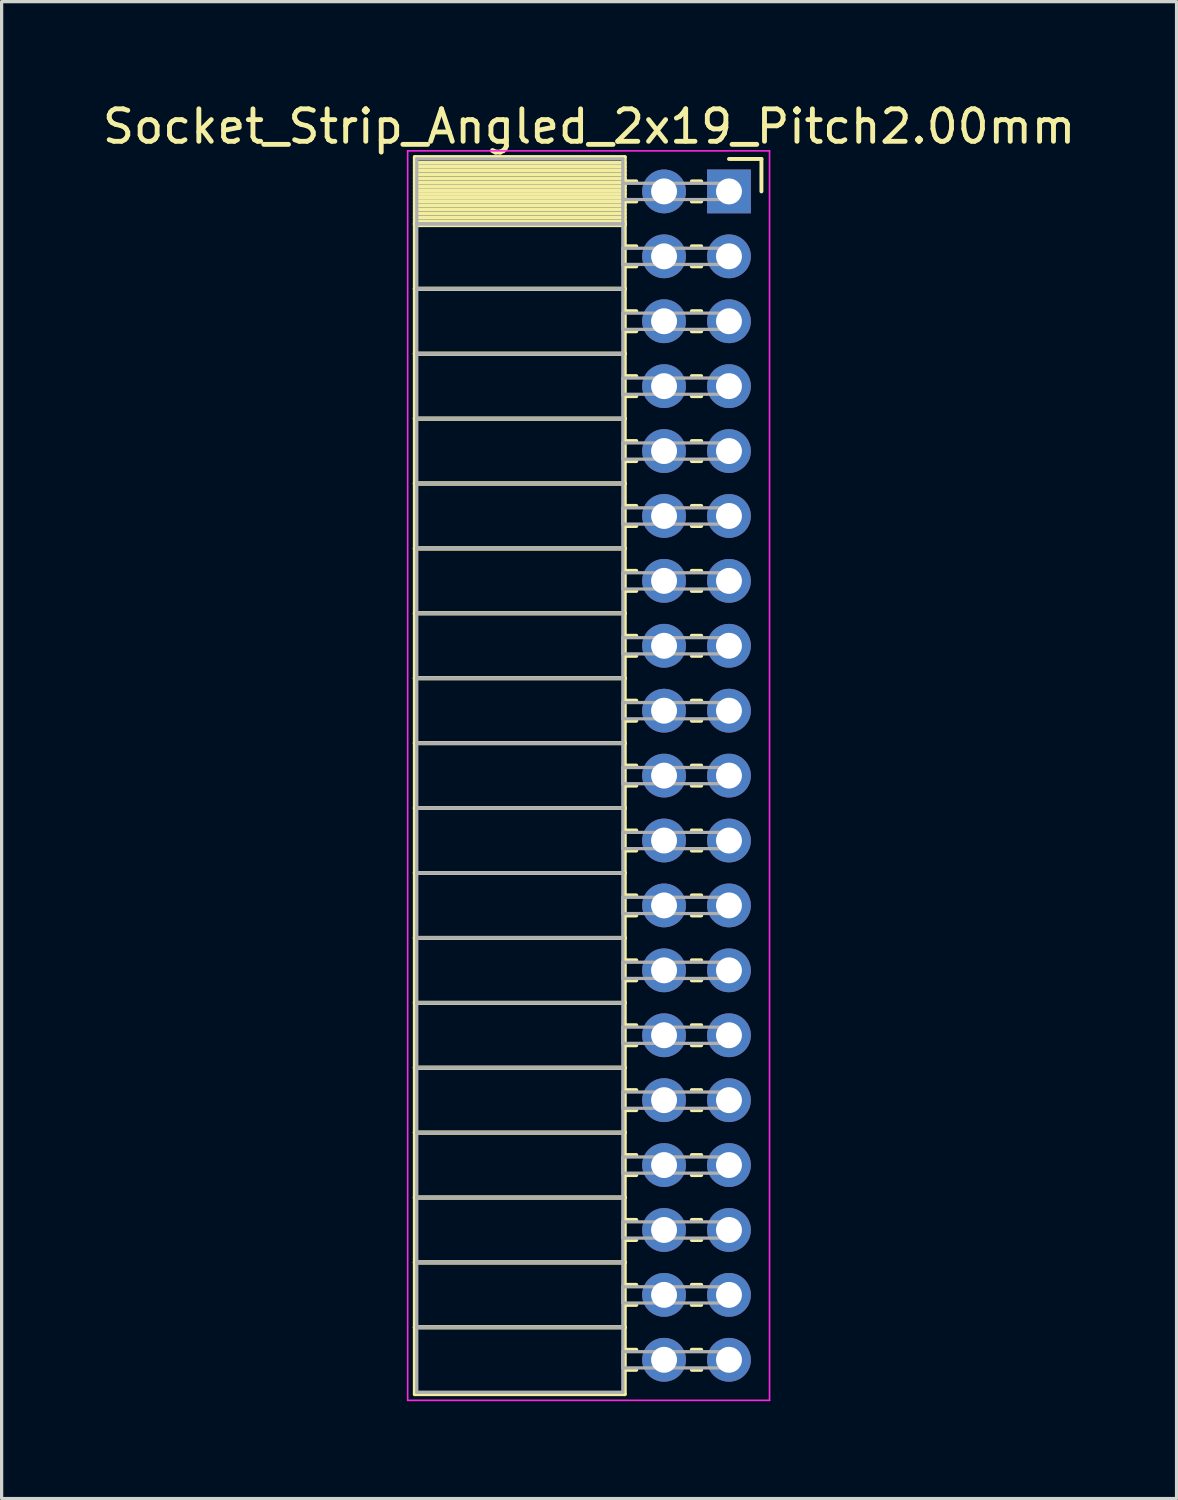
<source format=kicad_pcb>
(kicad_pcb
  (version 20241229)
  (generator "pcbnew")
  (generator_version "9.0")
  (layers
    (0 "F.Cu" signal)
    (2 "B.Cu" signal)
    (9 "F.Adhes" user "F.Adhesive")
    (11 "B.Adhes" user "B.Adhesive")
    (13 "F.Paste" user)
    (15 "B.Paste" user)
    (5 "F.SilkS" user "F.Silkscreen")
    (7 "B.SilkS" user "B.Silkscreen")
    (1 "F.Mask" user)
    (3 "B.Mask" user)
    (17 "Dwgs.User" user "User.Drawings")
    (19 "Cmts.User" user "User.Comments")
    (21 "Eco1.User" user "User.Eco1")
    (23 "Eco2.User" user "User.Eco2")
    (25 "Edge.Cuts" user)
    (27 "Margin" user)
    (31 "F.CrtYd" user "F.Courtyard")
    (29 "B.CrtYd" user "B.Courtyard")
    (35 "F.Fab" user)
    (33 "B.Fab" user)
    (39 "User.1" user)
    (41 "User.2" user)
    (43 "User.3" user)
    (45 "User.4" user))
  (footprint "Socket_Strip_Angled_2x19_Pitch2.00mm"
    (layer "F.Cu")
    (at 19.411 2.848)
    (property "Reference" "Socket_Strip_Angled_2x19_Pitch2.00mm" (at -4.31 -2 0) (layer "F.SilkS") (effects (font (size 1 1) (thickness 0.15))))
    (attr through_hole)
    (fp_line (start -9.68 -1.06) (end -3.21 -1.06) (stroke (width 0.12) (type solid)) (layer "F.SilkS"))
    (fp_line (start -9.68 1) (end -9.68 -1.06) (stroke (width 0.12) (type solid)) (layer "F.SilkS"))
    (fp_line (start -9.68 1) (end -3.21 1) (stroke (width 0.12) (type solid)) (layer "F.SilkS"))
    (fp_line (start -9.68 3) (end -9.68 1) (stroke (width 0.12) (type solid)) (layer "F.SilkS"))
    (fp_line (start -9.68 3) (end -3.21 3) (stroke (width 0.12) (type solid)) (layer "F.SilkS"))
    (fp_line (start -9.68 5) (end -9.68 3) (stroke (width 0.12) (type solid)) (layer "F.SilkS"))
    (fp_line (start -9.68 5) (end -3.21 5) (stroke (width 0.12) (type solid)) (layer "F.SilkS"))
    (fp_line (start -9.68 7) (end -9.68 5) (stroke (width 0.12) (type solid)) (layer "F.SilkS"))
    (fp_line (start -9.68 7) (end -3.21 7) (stroke (width 0.12) (type solid)) (layer "F.SilkS"))
    (fp_line (start -9.68 9) (end -9.68 7) (stroke (width 0.12) (type solid)) (layer "F.SilkS"))
    (fp_line (start -9.68 9) (end -3.21 9) (stroke (width 0.12) (type solid)) (layer "F.SilkS"))
    (fp_line (start -9.68 11) (end -9.68 9) (stroke (width 0.12) (type solid)) (layer "F.SilkS"))
    (fp_line (start -9.68 11) (end -3.21 11) (stroke (width 0.12) (type solid)) (layer "F.SilkS"))
    (fp_line (start -9.68 13) (end -9.68 11) (stroke (width 0.12) (type solid)) (layer "F.SilkS"))
    (fp_line (start -9.68 13) (end -3.21 13) (stroke (width 0.12) (type solid)) (layer "F.SilkS"))
    (fp_line (start -9.68 15) (end -9.68 13) (stroke (width 0.12) (type solid)) (layer "F.SilkS"))
    (fp_line (start -9.68 15) (end -3.21 15) (stroke (width 0.12) (type solid)) (layer "F.SilkS"))
    (fp_line (start -9.68 17) (end -9.68 15) (stroke (width 0.12) (type solid)) (layer "F.SilkS"))
    (fp_line (start -9.68 17) (end -3.21 17) (stroke (width 0.12) (type solid)) (layer "F.SilkS"))
    (fp_line (start -9.68 19) (end -9.68 17) (stroke (width 0.12) (type solid)) (layer "F.SilkS"))
    (fp_line (start -9.68 19) (end -3.21 19) (stroke (width 0.12) (type solid)) (layer "F.SilkS"))
    (fp_line (start -9.68 21) (end -9.68 19) (stroke (width 0.12) (type solid)) (layer "F.SilkS"))
    (fp_line (start -9.68 21) (end -3.21 21) (stroke (width 0.12) (type solid)) (layer "F.SilkS"))
    (fp_line (start -9.68 23) (end -9.68 21) (stroke (width 0.12) (type solid)) (layer "F.SilkS"))
    (fp_line (start -9.68 23) (end -3.21 23) (stroke (width 0.12) (type solid)) (layer "F.SilkS"))
    (fp_line (start -9.68 25) (end -9.68 23) (stroke (width 0.12) (type solid)) (layer "F.SilkS"))
    (fp_line (start -9.68 25) (end -3.21 25) (stroke (width 0.12) (type solid)) (layer "F.SilkS"))
    (fp_line (start -9.68 27) (end -9.68 25) (stroke (width 0.12) (type solid)) (layer "F.SilkS"))
    (fp_line (start -9.68 27) (end -3.21 27) (stroke (width 0.12) (type solid)) (layer "F.SilkS"))
    (fp_line (start -9.68 29) (end -9.68 27) (stroke (width 0.12) (type solid)) (layer "F.SilkS"))
    (fp_line (start -9.68 29) (end -3.21 29) (stroke (width 0.12) (type solid)) (layer "F.SilkS"))
    (fp_line (start -9.68 31) (end -9.68 29) (stroke (width 0.12) (type solid)) (layer "F.SilkS"))
    (fp_line (start -9.68 31) (end -3.21 31) (stroke (width 0.12) (type solid)) (layer "F.SilkS"))
    (fp_line (start -9.68 33) (end -9.68 31) (stroke (width 0.12) (type solid)) (layer "F.SilkS"))
    (fp_line (start -9.68 33) (end -3.21 33) (stroke (width 0.12) (type solid)) (layer "F.SilkS"))
    (fp_line (start -9.68 35) (end -9.68 33) (stroke (width 0.12) (type solid)) (layer "F.SilkS"))
    (fp_line (start -9.68 35) (end -3.21 35) (stroke (width 0.12) (type solid)) (layer "F.SilkS"))
    (fp_line (start -9.68 37.06) (end -9.68 35) (stroke (width 0.12) (type solid)) (layer "F.SilkS"))
    (fp_line (start -3.21 -1.06) (end -3.21 1) (stroke (width 0.12) (type solid)) (layer "F.SilkS"))
    (fp_line (start -3.21 -0.88) (end -9.68 -0.88) (stroke (width 0.12) (type solid)) (layer "F.SilkS"))
    (fp_line (start -3.21 -0.76) (end -9.68 -0.76) (stroke (width 0.12) (type solid)) (layer "F.SilkS"))
    (fp_line (start -3.21 -0.64) (end -9.68 -0.64) (stroke (width 0.12) (type solid)) (layer "F.SilkS"))
    (fp_line (start -3.21 -0.52) (end -9.68 -0.52) (stroke (width 0.12) (type solid)) (layer "F.SilkS"))
    (fp_line (start -3.21 -0.4) (end -9.68 -0.4) (stroke (width 0.12) (type solid)) (layer "F.SilkS"))
    (fp_line (start -3.21 -0.28) (end -9.68 -0.28) (stroke (width 0.12) (type solid)) (layer "F.SilkS"))
    (fp_line (start -3.21 -0.16) (end -9.68 -0.16) (stroke (width 0.12) (type solid)) (layer "F.SilkS"))
    (fp_line (start -3.21 -0.04) (end -9.68 -0.04) (stroke (width 0.12) (type solid)) (layer "F.SilkS"))
    (fp_line (start -3.21 0.08) (end -9.68 0.08) (stroke (width 0.12) (type solid)) (layer "F.SilkS"))
    (fp_line (start -3.21 0.2) (end -9.68 0.2) (stroke (width 0.12) (type solid)) (layer "F.SilkS"))
    (fp_line (start -3.21 0.32) (end -9.68 0.32) (stroke (width 0.12) (type solid)) (layer "F.SilkS"))
    (fp_line (start -3.21 0.44) (end -9.68 0.44) (stroke (width 0.12) (type solid)) (layer "F.SilkS"))
    (fp_line (start -3.21 0.56) (end -9.68 0.56) (stroke (width 0.12) (type solid)) (layer "F.SilkS"))
    (fp_line (start -3.21 0.68) (end -9.68 0.68) (stroke (width 0.12) (type solid)) (layer "F.SilkS"))
    (fp_line (start -3.21 0.8) (end -9.68 0.8) (stroke (width 0.12) (type solid)) (layer "F.SilkS"))
    (fp_line (start -3.21 0.92) (end -9.68 0.92) (stroke (width 0.12) (type solid)) (layer "F.SilkS"))
    (fp_line (start -3.21 1) (end -9.68 1) (stroke (width 0.12) (type solid)) (layer "F.SilkS"))
    (fp_line (start -3.21 1) (end -3.21 3) (stroke (width 0.12) (type solid)) (layer "F.SilkS"))
    (fp_line (start -3.21 1.04) (end -9.68 1.04) (stroke (width 0.12) (type solid)) (layer "F.SilkS"))
    (fp_line (start -3.21 3) (end -9.68 3) (stroke (width 0.12) (type solid)) (layer "F.SilkS"))
    (fp_line (start -3.21 3) (end -3.21 5) (stroke (width 0.12) (type solid)) (layer "F.SilkS"))
    (fp_line (start -3.21 5) (end -9.68 5) (stroke (width 0.12) (type solid)) (layer "F.SilkS"))
    (fp_line (start -3.21 5) (end -3.21 7) (stroke (width 0.12) (type solid)) (layer "F.SilkS"))
    (fp_line (start -3.21 7) (end -9.68 7) (stroke (width 0.12) (type solid)) (layer "F.SilkS"))
    (fp_line (start -3.21 7) (end -3.21 9) (stroke (width 0.12) (type solid)) (layer "F.SilkS"))
    (fp_line (start -3.21 9) (end -9.68 9) (stroke (width 0.12) (type solid)) (layer "F.SilkS"))
    (fp_line (start -3.21 9) (end -3.21 11) (stroke (width 0.12) (type solid)) (layer "F.SilkS"))
    (fp_line (start -3.21 11) (end -9.68 11) (stroke (width 0.12) (type solid)) (layer "F.SilkS"))
    (fp_line (start -3.21 11) (end -3.21 13) (stroke (width 0.12) (type solid)) (layer "F.SilkS"))
    (fp_line (start -3.21 13) (end -9.68 13) (stroke (width 0.12) (type solid)) (layer "F.SilkS"))
    (fp_line (start -3.21 13) (end -3.21 15) (stroke (width 0.12) (type solid)) (layer "F.SilkS"))
    (fp_line (start -3.21 15) (end -9.68 15) (stroke (width 0.12) (type solid)) (layer "F.SilkS"))
    (fp_line (start -3.21 15) (end -3.21 17) (stroke (width 0.12) (type solid)) (layer "F.SilkS"))
    (fp_line (start -3.21 17) (end -9.68 17) (stroke (width 0.12) (type solid)) (layer "F.SilkS"))
    (fp_line (start -3.21 17) (end -3.21 19) (stroke (width 0.12) (type solid)) (layer "F.SilkS"))
    (fp_line (start -3.21 19) (end -9.68 19) (stroke (width 0.12) (type solid)) (layer "F.SilkS"))
    (fp_line (start -3.21 19) (end -3.21 21) (stroke (width 0.12) (type solid)) (layer "F.SilkS"))
    (fp_line (start -3.21 21) (end -9.68 21) (stroke (width 0.12) (type solid)) (layer "F.SilkS"))
    (fp_line (start -3.21 21) (end -3.21 23) (stroke (width 0.12) (type solid)) (layer "F.SilkS"))
    (fp_line (start -3.21 23) (end -9.68 23) (stroke (width 0.12) (type solid)) (layer "F.SilkS"))
    (fp_line (start -3.21 23) (end -3.21 25) (stroke (width 0.12) (type solid)) (layer "F.SilkS"))
    (fp_line (start -3.21 25) (end -9.68 25) (stroke (width 0.12) (type solid)) (layer "F.SilkS"))
    (fp_line (start -3.21 25) (end -3.21 27) (stroke (width 0.12) (type solid)) (layer "F.SilkS"))
    (fp_line (start -3.21 27) (end -9.68 27) (stroke (width 0.12) (type solid)) (layer "F.SilkS"))
    (fp_line (start -3.21 27) (end -3.21 29) (stroke (width 0.12) (type solid)) (layer "F.SilkS"))
    (fp_line (start -3.21 29) (end -9.68 29) (stroke (width 0.12) (type solid)) (layer "F.SilkS"))
    (fp_line (start -3.21 29) (end -3.21 31) (stroke (width 0.12) (type solid)) (layer "F.SilkS"))
    (fp_line (start -3.21 31) (end -9.68 31) (stroke (width 0.12) (type solid)) (layer "F.SilkS"))
    (fp_line (start -3.21 31) (end -3.21 33) (stroke (width 0.12) (type solid)) (layer "F.SilkS"))
    (fp_line (start -3.21 33) (end -9.68 33) (stroke (width 0.12) (type solid)) (layer "F.SilkS"))
    (fp_line (start -3.21 33) (end -3.21 35) (stroke (width 0.12) (type solid)) (layer "F.SilkS"))
    (fp_line (start -3.21 35) (end -9.68 35) (stroke (width 0.12) (type solid)) (layer "F.SilkS"))
    (fp_line (start -3.21 35) (end -3.21 37.06) (stroke (width 0.12) (type solid)) (layer "F.SilkS"))
    (fp_line (start -3.21 37.06) (end -9.68 37.06) (stroke (width 0.12) (type solid)) (layer "F.SilkS"))
    (fp_line (start -2.855 -0.31) (end -3.21 -0.31) (stroke (width 0.12) (type solid)) (layer "F.SilkS"))
    (fp_line (start -2.855 0.31) (end -3.21 0.31) (stroke (width 0.12) (type solid)) (layer "F.SilkS"))
    (fp_line (start -2.855 1.69) (end -3.21 1.69) (stroke (width 0.12) (type solid)) (layer "F.SilkS"))
    (fp_line (start -2.855 2.31) (end -3.21 2.31) (stroke (width 0.12) (type solid)) (layer "F.SilkS"))
    (fp_line (start -2.855 3.69) (end -3.21 3.69) (stroke (width 0.12) (type solid)) (layer "F.SilkS"))
    (fp_line (start -2.855 4.31) (end -3.21 4.31) (stroke (width 0.12) (type solid)) (layer "F.SilkS"))
    (fp_line (start -2.855 5.69) (end -3.21 5.69) (stroke (width 0.12) (type solid)) (layer "F.SilkS"))
    (fp_line (start -2.855 6.31) (end -3.21 6.31) (stroke (width 0.12) (type solid)) (layer "F.SilkS"))
    (fp_line (start -2.855 7.69) (end -3.21 7.69) (stroke (width 0.12) (type solid)) (layer "F.SilkS"))
    (fp_line (start -2.855 8.31) (end -3.21 8.31) (stroke (width 0.12) (type solid)) (layer "F.SilkS"))
    (fp_line (start -2.855 9.69) (end -3.21 9.69) (stroke (width 0.12) (type solid)) (layer "F.SilkS"))
    (fp_line (start -2.855 10.31) (end -3.21 10.31) (stroke (width 0.12) (type solid)) (layer "F.SilkS"))
    (fp_line (start -2.855 11.69) (end -3.21 11.69) (stroke (width 0.12) (type solid)) (layer "F.SilkS"))
    (fp_line (start -2.855 12.31) (end -3.21 12.31) (stroke (width 0.12) (type solid)) (layer "F.SilkS"))
    (fp_line (start -2.855 13.69) (end -3.21 13.69) (stroke (width 0.12) (type solid)) (layer "F.SilkS"))
    (fp_line (start -2.855 14.31) (end -3.21 14.31) (stroke (width 0.12) (type solid)) (layer "F.SilkS"))
    (fp_line (start -2.855 15.69) (end -3.21 15.69) (stroke (width 0.12) (type solid)) (layer "F.SilkS"))
    (fp_line (start -2.855 16.31) (end -3.21 16.31) (stroke (width 0.12) (type solid)) (layer "F.SilkS"))
    (fp_line (start -2.855 17.69) (end -3.21 17.69) (stroke (width 0.12) (type solid)) (layer "F.SilkS"))
    (fp_line (start -2.855 18.31) (end -3.21 18.31) (stroke (width 0.12) (type solid)) (layer "F.SilkS"))
    (fp_line (start -2.855 19.69) (end -3.21 19.69) (stroke (width 0.12) (type solid)) (layer "F.SilkS"))
    (fp_line (start -2.855 20.31) (end -3.21 20.31) (stroke (width 0.12) (type solid)) (layer "F.SilkS"))
    (fp_line (start -2.855 21.69) (end -3.21 21.69) (stroke (width 0.12) (type solid)) (layer "F.SilkS"))
    (fp_line (start -2.855 22.31) (end -3.21 22.31) (stroke (width 0.12) (type solid)) (layer "F.SilkS"))
    (fp_line (start -2.855 23.69) (end -3.21 23.69) (stroke (width 0.12) (type solid)) (layer "F.SilkS"))
    (fp_line (start -2.855 24.31) (end -3.21 24.31) (stroke (width 0.12) (type solid)) (layer "F.SilkS"))
    (fp_line (start -2.855 25.69) (end -3.21 25.69) (stroke (width 0.12) (type solid)) (layer "F.SilkS"))
    (fp_line (start -2.855 26.31) (end -3.21 26.31) (stroke (width 0.12) (type solid)) (layer "F.SilkS"))
    (fp_line (start -2.855 27.69) (end -3.21 27.69) (stroke (width 0.12) (type solid)) (layer "F.SilkS"))
    (fp_line (start -2.855 28.31) (end -3.21 28.31) (stroke (width 0.12) (type solid)) (layer "F.SilkS"))
    (fp_line (start -2.855 29.69) (end -3.21 29.69) (stroke (width 0.12) (type solid)) (layer "F.SilkS"))
    (fp_line (start -2.855 30.31) (end -3.21 30.31) (stroke (width 0.12) (type solid)) (layer "F.SilkS"))
    (fp_line (start -2.855 31.69) (end -3.21 31.69) (stroke (width 0.12) (type solid)) (layer "F.SilkS"))
    (fp_line (start -2.855 32.31) (end -3.21 32.31) (stroke (width 0.12) (type solid)) (layer "F.SilkS"))
    (fp_line (start -2.855 33.69) (end -3.21 33.69) (stroke (width 0.12) (type solid)) (layer "F.SilkS"))
    (fp_line (start -2.855 34.31) (end -3.21 34.31) (stroke (width 0.12) (type solid)) (layer "F.SilkS"))
    (fp_line (start -2.855 35.69) (end -3.21 35.69) (stroke (width 0.12) (type solid)) (layer "F.SilkS"))
    (fp_line (start -2.855 36.31) (end -3.21 36.31) (stroke (width 0.12) (type solid)) (layer "F.SilkS"))
    (fp_line (start -0.855 -0.31) (end -1.145 -0.31) (stroke (width 0.12) (type solid)) (layer "F.SilkS"))
    (fp_line (start -0.855 0.31) (end -1.145 0.31) (stroke (width 0.12) (type solid)) (layer "F.SilkS"))
    (fp_line (start -0.855 1.69) (end -1.145 1.69) (stroke (width 0.12) (type solid)) (layer "F.SilkS"))
    (fp_line (start -0.855 2.31) (end -1.145 2.31) (stroke (width 0.12) (type solid)) (layer "F.SilkS"))
    (fp_line (start -0.855 3.69) (end -1.145 3.69) (stroke (width 0.12) (type solid)) (layer "F.SilkS"))
    (fp_line (start -0.855 4.31) (end -1.145 4.31) (stroke (width 0.12) (type solid)) (layer "F.SilkS"))
    (fp_line (start -0.855 5.69) (end -1.145 5.69) (stroke (width 0.12) (type solid)) (layer "F.SilkS"))
    (fp_line (start -0.855 6.31) (end -1.145 6.31) (stroke (width 0.12) (type solid)) (layer "F.SilkS"))
    (fp_line (start -0.855 7.69) (end -1.145 7.69) (stroke (width 0.12) (type solid)) (layer "F.SilkS"))
    (fp_line (start -0.855 8.31) (end -1.145 8.31) (stroke (width 0.12) (type solid)) (layer "F.SilkS"))
    (fp_line (start -0.855 9.69) (end -1.145 9.69) (stroke (width 0.12) (type solid)) (layer "F.SilkS"))
    (fp_line (start -0.855 10.31) (end -1.145 10.31) (stroke (width 0.12) (type solid)) (layer "F.SilkS"))
    (fp_line (start -0.855 11.69) (end -1.145 11.69) (stroke (width 0.12) (type solid)) (layer "F.SilkS"))
    (fp_line (start -0.855 12.31) (end -1.145 12.31) (stroke (width 0.12) (type solid)) (layer "F.SilkS"))
    (fp_line (start -0.855 13.69) (end -1.145 13.69) (stroke (width 0.12) (type solid)) (layer "F.SilkS"))
    (fp_line (start -0.855 14.31) (end -1.145 14.31) (stroke (width 0.12) (type solid)) (layer "F.SilkS"))
    (fp_line (start -0.855 15.69) (end -1.145 15.69) (stroke (width 0.12) (type solid)) (layer "F.SilkS"))
    (fp_line (start -0.855 16.31) (end -1.145 16.31) (stroke (width 0.12) (type solid)) (layer "F.SilkS"))
    (fp_line (start -0.855 17.69) (end -1.145 17.69) (stroke (width 0.12) (type solid)) (layer "F.SilkS"))
    (fp_line (start -0.855 18.31) (end -1.145 18.31) (stroke (width 0.12) (type solid)) (layer "F.SilkS"))
    (fp_line (start -0.855 19.69) (end -1.145 19.69) (stroke (width 0.12) (type solid)) (layer "F.SilkS"))
    (fp_line (start -0.855 20.31) (end -1.145 20.31) (stroke (width 0.12) (type solid)) (layer "F.SilkS"))
    (fp_line (start -0.855 21.69) (end -1.145 21.69) (stroke (width 0.12) (type solid)) (layer "F.SilkS"))
    (fp_line (start -0.855 22.31) (end -1.145 22.31) (stroke (width 0.12) (type solid)) (layer "F.SilkS"))
    (fp_line (start -0.855 23.69) (end -1.145 23.69) (stroke (width 0.12) (type solid)) (layer "F.SilkS"))
    (fp_line (start -0.855 24.31) (end -1.145 24.31) (stroke (width 0.12) (type solid)) (layer "F.SilkS"))
    (fp_line (start -0.855 25.69) (end -1.145 25.69) (stroke (width 0.12) (type solid)) (layer "F.SilkS"))
    (fp_line (start -0.855 26.31) (end -1.145 26.31) (stroke (width 0.12) (type solid)) (layer "F.SilkS"))
    (fp_line (start -0.855 27.69) (end -1.145 27.69) (stroke (width 0.12) (type solid)) (layer "F.SilkS"))
    (fp_line (start -0.855 28.31) (end -1.145 28.31) (stroke (width 0.12) (type solid)) (layer "F.SilkS"))
    (fp_line (start -0.855 29.69) (end -1.145 29.69) (stroke (width 0.12) (type solid)) (layer "F.SilkS"))
    (fp_line (start -0.855 30.31) (end -1.145 30.31) (stroke (width 0.12) (type solid)) (layer "F.SilkS"))
    (fp_line (start -0.855 31.69) (end -1.145 31.69) (stroke (width 0.12) (type solid)) (layer "F.SilkS"))
    (fp_line (start -0.855 32.31) (end -1.145 32.31) (stroke (width 0.12) (type solid)) (layer "F.SilkS"))
    (fp_line (start -0.855 33.69) (end -1.145 33.69) (stroke (width 0.12) (type solid)) (layer "F.SilkS"))
    (fp_line (start -0.855 34.31) (end -1.145 34.31) (stroke (width 0.12) (type solid)) (layer "F.SilkS"))
    (fp_line (start -0.855 35.69) (end -1.145 35.69) (stroke (width 0.12) (type solid)) (layer "F.SilkS"))
    (fp_line (start -0.855 36.31) (end -1.145 36.31) (stroke (width 0.12) (type solid)) (layer "F.SilkS"))
    (fp_line (start 0 -1) (end 1 -1) (stroke (width 0.12) (type solid)) (layer "F.SilkS"))
    (fp_line (start 1 -1) (end 1 0) (stroke (width 0.12) (type solid)) (layer "F.SilkS"))
    (fp_line (start -9.9 -1.25) (end 1.25 -1.25) (stroke (width 0.05) (type solid)) (layer "F.CrtYd"))
    (fp_line (start -9.9 37.25) (end -9.9 -1.25) (stroke (width 0.05) (type solid)) (layer "F.CrtYd"))
    (fp_line (start 1.25 -1.25) (end 1.25 37.25) (stroke (width 0.05) (type solid)) (layer "F.CrtYd"))
    (fp_line (start 1.25 37.25) (end -9.9 37.25) (stroke (width 0.05) (type solid)) (layer "F.CrtYd"))
    (fp_line (start -9.62 -1) (end -3.27 -1) (stroke (width 0.1) (type solid)) (layer "F.Fab"))
    (fp_line (start -9.62 1) (end -9.62 -1) (stroke (width 0.1) (type solid)) (layer "F.Fab"))
    (fp_line (start -9.62 1) (end -3.27 1) (stroke (width 0.1) (type solid)) (layer "F.Fab"))
    (fp_line (start -9.62 3) (end -9.62 1) (stroke (width 0.1) (type solid)) (layer "F.Fab"))
    (fp_line (start -9.62 3) (end -3.27 3) (stroke (width 0.1) (type solid)) (layer "F.Fab"))
    (fp_line (start -9.62 5) (end -9.62 3) (stroke (width 0.1) (type solid)) (layer "F.Fab"))
    (fp_line (start -9.62 5) (end -3.27 5) (stroke (width 0.1) (type solid)) (layer "F.Fab"))
    (fp_line (start -9.62 7) (end -9.62 5) (stroke (width 0.1) (type solid)) (layer "F.Fab"))
    (fp_line (start -9.62 7) (end -3.27 7) (stroke (width 0.1) (type solid)) (layer "F.Fab"))
    (fp_line (start -9.62 9) (end -9.62 7) (stroke (width 0.1) (type solid)) (layer "F.Fab"))
    (fp_line (start -9.62 9) (end -3.27 9) (stroke (width 0.1) (type solid)) (layer "F.Fab"))
    (fp_line (start -9.62 11) (end -9.62 9) (stroke (width 0.1) (type solid)) (layer "F.Fab"))
    (fp_line (start -9.62 11) (end -3.27 11) (stroke (width 0.1) (type solid)) (layer "F.Fab"))
    (fp_line (start -9.62 13) (end -9.62 11) (stroke (width 0.1) (type solid)) (layer "F.Fab"))
    (fp_line (start -9.62 13) (end -3.27 13) (stroke (width 0.1) (type solid)) (layer "F.Fab"))
    (fp_line (start -9.62 15) (end -9.62 13) (stroke (width 0.1) (type solid)) (layer "F.Fab"))
    (fp_line (start -9.62 15) (end -3.27 15) (stroke (width 0.1) (type solid)) (layer "F.Fab"))
    (fp_line (start -9.62 17) (end -9.62 15) (stroke (width 0.1) (type solid)) (layer "F.Fab"))
    (fp_line (start -9.62 17) (end -3.27 17) (stroke (width 0.1) (type solid)) (layer "F.Fab"))
    (fp_line (start -9.62 19) (end -9.62 17) (stroke (width 0.1) (type solid)) (layer "F.Fab"))
    (fp_line (start -9.62 19) (end -3.27 19) (stroke (width 0.1) (type solid)) (layer "F.Fab"))
    (fp_line (start -9.62 21) (end -9.62 19) (stroke (width 0.1) (type solid)) (layer "F.Fab"))
    (fp_line (start -9.62 21) (end -3.27 21) (stroke (width 0.1) (type solid)) (layer "F.Fab"))
    (fp_line (start -9.62 23) (end -9.62 21) (stroke (width 0.1) (type solid)) (layer "F.Fab"))
    (fp_line (start -9.62 23) (end -3.27 23) (stroke (width 0.1) (type solid)) (layer "F.Fab"))
    (fp_line (start -9.62 25) (end -9.62 23) (stroke (width 0.1) (type solid)) (layer "F.Fab"))
    (fp_line (start -9.62 25) (end -3.27 25) (stroke (width 0.1) (type solid)) (layer "F.Fab"))
    (fp_line (start -9.62 27) (end -9.62 25) (stroke (width 0.1) (type solid)) (layer "F.Fab"))
    (fp_line (start -9.62 27) (end -3.27 27) (stroke (width 0.1) (type solid)) (layer "F.Fab"))
    (fp_line (start -9.62 29) (end -9.62 27) (stroke (width 0.1) (type solid)) (layer "F.Fab"))
    (fp_line (start -9.62 29) (end -3.27 29) (stroke (width 0.1) (type solid)) (layer "F.Fab"))
    (fp_line (start -9.62 31) (end -9.62 29) (stroke (width 0.1) (type solid)) (layer "F.Fab"))
    (fp_line (start -9.62 31) (end -3.27 31) (stroke (width 0.1) (type solid)) (layer "F.Fab"))
    (fp_line (start -9.62 33) (end -9.62 31) (stroke (width 0.1) (type solid)) (layer "F.Fab"))
    (fp_line (start -9.62 33) (end -3.27 33) (stroke (width 0.1) (type solid)) (layer "F.Fab"))
    (fp_line (start -9.62 35) (end -9.62 33) (stroke (width 0.1) (type solid)) (layer "F.Fab"))
    (fp_line (start -9.62 35) (end -3.27 35) (stroke (width 0.1) (type solid)) (layer "F.Fab"))
    (fp_line (start -9.62 37) (end -9.62 35) (stroke (width 0.1) (type solid)) (layer "F.Fab"))
    (fp_line (start -3.27 -1) (end -3.27 1) (stroke (width 0.1) (type solid)) (layer "F.Fab"))
    (fp_line (start -3.27 -0.25) (end 0 -0.25) (stroke (width 0.1) (type solid)) (layer "F.Fab"))
    (fp_line (start -3.27 0.25) (end -3.27 -0.25) (stroke (width 0.1) (type solid)) (layer "F.Fab"))
    (fp_line (start -3.27 1) (end -9.62 1) (stroke (width 0.1) (type solid)) (layer "F.Fab"))
    (fp_line (start -3.27 1) (end -3.27 3) (stroke (width 0.1) (type solid)) (layer "F.Fab"))
    (fp_line (start -3.27 1.75) (end 0 1.75) (stroke (width 0.1) (type solid)) (layer "F.Fab"))
    (fp_line (start -3.27 2.25) (end -3.27 1.75) (stroke (width 0.1) (type solid)) (layer "F.Fab"))
    (fp_line (start -3.27 3) (end -9.62 3) (stroke (width 0.1) (type solid)) (layer "F.Fab"))
    (fp_line (start -3.27 3) (end -3.27 5) (stroke (width 0.1) (type solid)) (layer "F.Fab"))
    (fp_line (start -3.27 3.75) (end 0 3.75) (stroke (width 0.1) (type solid)) (layer "F.Fab"))
    (fp_line (start -3.27 4.25) (end -3.27 3.75) (stroke (width 0.1) (type solid)) (layer "F.Fab"))
    (fp_line (start -3.27 5) (end -9.62 5) (stroke (width 0.1) (type solid)) (layer "F.Fab"))
    (fp_line (start -3.27 5) (end -3.27 7) (stroke (width 0.1) (type solid)) (layer "F.Fab"))
    (fp_line (start -3.27 5.75) (end 0 5.75) (stroke (width 0.1) (type solid)) (layer "F.Fab"))
    (fp_line (start -3.27 6.25) (end -3.27 5.75) (stroke (width 0.1) (type solid)) (layer "F.Fab"))
    (fp_line (start -3.27 7) (end -9.62 7) (stroke (width 0.1) (type solid)) (layer "F.Fab"))
    (fp_line (start -3.27 7) (end -3.27 9) (stroke (width 0.1) (type solid)) (layer "F.Fab"))
    (fp_line (start -3.27 7.75) (end 0 7.75) (stroke (width 0.1) (type solid)) (layer "F.Fab"))
    (fp_line (start -3.27 8.25) (end -3.27 7.75) (stroke (width 0.1) (type solid)) (layer "F.Fab"))
    (fp_line (start -3.27 9) (end -9.62 9) (stroke (width 0.1) (type solid)) (layer "F.Fab"))
    (fp_line (start -3.27 9) (end -3.27 11) (stroke (width 0.1) (type solid)) (layer "F.Fab"))
    (fp_line (start -3.27 9.75) (end 0 9.75) (stroke (width 0.1) (type solid)) (layer "F.Fab"))
    (fp_line (start -3.27 10.25) (end -3.27 9.75) (stroke (width 0.1) (type solid)) (layer "F.Fab"))
    (fp_line (start -3.27 11) (end -9.62 11) (stroke (width 0.1) (type solid)) (layer "F.Fab"))
    (fp_line (start -3.27 11) (end -3.27 13) (stroke (width 0.1) (type solid)) (layer "F.Fab"))
    (fp_line (start -3.27 11.75) (end 0 11.75) (stroke (width 0.1) (type solid)) (layer "F.Fab"))
    (fp_line (start -3.27 12.25) (end -3.27 11.75) (stroke (width 0.1) (type solid)) (layer "F.Fab"))
    (fp_line (start -3.27 13) (end -9.62 13) (stroke (width 0.1) (type solid)) (layer "F.Fab"))
    (fp_line (start -3.27 13) (end -3.27 15) (stroke (width 0.1) (type solid)) (layer "F.Fab"))
    (fp_line (start -3.27 13.75) (end 0 13.75) (stroke (width 0.1) (type solid)) (layer "F.Fab"))
    (fp_line (start -3.27 14.25) (end -3.27 13.75) (stroke (width 0.1) (type solid)) (layer "F.Fab"))
    (fp_line (start -3.27 15) (end -9.62 15) (stroke (width 0.1) (type solid)) (layer "F.Fab"))
    (fp_line (start -3.27 15) (end -3.27 17) (stroke (width 0.1) (type solid)) (layer "F.Fab"))
    (fp_line (start -3.27 15.75) (end 0 15.75) (stroke (width 0.1) (type solid)) (layer "F.Fab"))
    (fp_line (start -3.27 16.25) (end -3.27 15.75) (stroke (width 0.1) (type solid)) (layer "F.Fab"))
    (fp_line (start -3.27 17) (end -9.62 17) (stroke (width 0.1) (type solid)) (layer "F.Fab"))
    (fp_line (start -3.27 17) (end -3.27 19) (stroke (width 0.1) (type solid)) (layer "F.Fab"))
    (fp_line (start -3.27 17.75) (end 0 17.75) (stroke (width 0.1) (type solid)) (layer "F.Fab"))
    (fp_line (start -3.27 18.25) (end -3.27 17.75) (stroke (width 0.1) (type solid)) (layer "F.Fab"))
    (fp_line (start -3.27 19) (end -9.62 19) (stroke (width 0.1) (type solid)) (layer "F.Fab"))
    (fp_line (start -3.27 19) (end -3.27 21) (stroke (width 0.1) (type solid)) (layer "F.Fab"))
    (fp_line (start -3.27 19.75) (end 0 19.75) (stroke (width 0.1) (type solid)) (layer "F.Fab"))
    (fp_line (start -3.27 20.25) (end -3.27 19.75) (stroke (width 0.1) (type solid)) (layer "F.Fab"))
    (fp_line (start -3.27 21) (end -9.62 21) (stroke (width 0.1) (type solid)) (layer "F.Fab"))
    (fp_line (start -3.27 21) (end -3.27 23) (stroke (width 0.1) (type solid)) (layer "F.Fab"))
    (fp_line (start -3.27 21.75) (end 0 21.75) (stroke (width 0.1) (type solid)) (layer "F.Fab"))
    (fp_line (start -3.27 22.25) (end -3.27 21.75) (stroke (width 0.1) (type solid)) (layer "F.Fab"))
    (fp_line (start -3.27 23) (end -9.62 23) (stroke (width 0.1) (type solid)) (layer "F.Fab"))
    (fp_line (start -3.27 23) (end -3.27 25) (stroke (width 0.1) (type solid)) (layer "F.Fab"))
    (fp_line (start -3.27 23.75) (end 0 23.75) (stroke (width 0.1) (type solid)) (layer "F.Fab"))
    (fp_line (start -3.27 24.25) (end -3.27 23.75) (stroke (width 0.1) (type solid)) (layer "F.Fab"))
    (fp_line (start -3.27 25) (end -9.62 25) (stroke (width 0.1) (type solid)) (layer "F.Fab"))
    (fp_line (start -3.27 25) (end -3.27 27) (stroke (width 0.1) (type solid)) (layer "F.Fab"))
    (fp_line (start -3.27 25.75) (end 0 25.75) (stroke (width 0.1) (type solid)) (layer "F.Fab"))
    (fp_line (start -3.27 26.25) (end -3.27 25.75) (stroke (width 0.1) (type solid)) (layer "F.Fab"))
    (fp_line (start -3.27 27) (end -9.62 27) (stroke (width 0.1) (type solid)) (layer "F.Fab"))
    (fp_line (start -3.27 27) (end -3.27 29) (stroke (width 0.1) (type solid)) (layer "F.Fab"))
    (fp_line (start -3.27 27.75) (end 0 27.75) (stroke (width 0.1) (type solid)) (layer "F.Fab"))
    (fp_line (start -3.27 28.25) (end -3.27 27.75) (stroke (width 0.1) (type solid)) (layer "F.Fab"))
    (fp_line (start -3.27 29) (end -9.62 29) (stroke (width 0.1) (type solid)) (layer "F.Fab"))
    (fp_line (start -3.27 29) (end -3.27 31) (stroke (width 0.1) (type solid)) (layer "F.Fab"))
    (fp_line (start -3.27 29.75) (end 0 29.75) (stroke (width 0.1) (type solid)) (layer "F.Fab"))
    (fp_line (start -3.27 30.25) (end -3.27 29.75) (stroke (width 0.1) (type solid)) (layer "F.Fab"))
    (fp_line (start -3.27 31) (end -9.62 31) (stroke (width 0.1) (type solid)) (layer "F.Fab"))
    (fp_line (start -3.27 31) (end -3.27 33) (stroke (width 0.1) (type solid)) (layer "F.Fab"))
    (fp_line (start -3.27 31.75) (end 0 31.75) (stroke (width 0.1) (type solid)) (layer "F.Fab"))
    (fp_line (start -3.27 32.25) (end -3.27 31.75) (stroke (width 0.1) (type solid)) (layer "F.Fab"))
    (fp_line (start -3.27 33) (end -9.62 33) (stroke (width 0.1) (type solid)) (layer "F.Fab"))
    (fp_line (start -3.27 33) (end -3.27 35) (stroke (width 0.1) (type solid)) (layer "F.Fab"))
    (fp_line (start -3.27 33.75) (end 0 33.75) (stroke (width 0.1) (type solid)) (layer "F.Fab"))
    (fp_line (start -3.27 34.25) (end -3.27 33.75) (stroke (width 0.1) (type solid)) (layer "F.Fab"))
    (fp_line (start -3.27 35) (end -9.62 35) (stroke (width 0.1) (type solid)) (layer "F.Fab"))
    (fp_line (start -3.27 35) (end -3.27 37) (stroke (width 0.1) (type solid)) (layer "F.Fab"))
    (fp_line (start -3.27 35.75) (end 0 35.75) (stroke (width 0.1) (type solid)) (layer "F.Fab"))
    (fp_line (start -3.27 36.25) (end -3.27 35.75) (stroke (width 0.1) (type solid)) (layer "F.Fab"))
    (fp_line (start -3.27 37) (end -9.62 37) (stroke (width 0.1) (type solid)) (layer "F.Fab"))
    (fp_line (start 0 -0.25) (end 0 0.25) (stroke (width 0.1) (type solid)) (layer "F.Fab"))
    (fp_line (start 0 0.25) (end -3.27 0.25) (stroke (width 0.1) (type solid)) (layer "F.Fab"))
    (fp_line (start 0 1.75) (end 0 2.25) (stroke (width 0.1) (type solid)) (layer "F.Fab"))
    (fp_line (start 0 2.25) (end -3.27 2.25) (stroke (width 0.1) (type solid)) (layer "F.Fab"))
    (fp_line (start 0 3.75) (end 0 4.25) (stroke (width 0.1) (type solid)) (layer "F.Fab"))
    (fp_line (start 0 4.25) (end -3.27 4.25) (stroke (width 0.1) (type solid)) (layer "F.Fab"))
    (fp_line (start 0 5.75) (end 0 6.25) (stroke (width 0.1) (type solid)) (layer "F.Fab"))
    (fp_line (start 0 6.25) (end -3.27 6.25) (stroke (width 0.1) (type solid)) (layer "F.Fab"))
    (fp_line (start 0 7.75) (end 0 8.25) (stroke (width 0.1) (type solid)) (layer "F.Fab"))
    (fp_line (start 0 8.25) (end -3.27 8.25) (stroke (width 0.1) (type solid)) (layer "F.Fab"))
    (fp_line (start 0 9.75) (end 0 10.25) (stroke (width 0.1) (type solid)) (layer "F.Fab"))
    (fp_line (start 0 10.25) (end -3.27 10.25) (stroke (width 0.1) (type solid)) (layer "F.Fab"))
    (fp_line (start 0 11.75) (end 0 12.25) (stroke (width 0.1) (type solid)) (layer "F.Fab"))
    (fp_line (start 0 12.25) (end -3.27 12.25) (stroke (width 0.1) (type solid)) (layer "F.Fab"))
    (fp_line (start 0 13.75) (end 0 14.25) (stroke (width 0.1) (type solid)) (layer "F.Fab"))
    (fp_line (start 0 14.25) (end -3.27 14.25) (stroke (width 0.1) (type solid)) (layer "F.Fab"))
    (fp_line (start 0 15.75) (end 0 16.25) (stroke (width 0.1) (type solid)) (layer "F.Fab"))
    (fp_line (start 0 16.25) (end -3.27 16.25) (stroke (width 0.1) (type solid)) (layer "F.Fab"))
    (fp_line (start 0 17.75) (end 0 18.25) (stroke (width 0.1) (type solid)) (layer "F.Fab"))
    (fp_line (start 0 18.25) (end -3.27 18.25) (stroke (width 0.1) (type solid)) (layer "F.Fab"))
    (fp_line (start 0 19.75) (end 0 20.25) (stroke (width 0.1) (type solid)) (layer "F.Fab"))
    (fp_line (start 0 20.25) (end -3.27 20.25) (stroke (width 0.1) (type solid)) (layer "F.Fab"))
    (fp_line (start 0 21.75) (end 0 22.25) (stroke (width 0.1) (type solid)) (layer "F.Fab"))
    (fp_line (start 0 22.25) (end -3.27 22.25) (stroke (width 0.1) (type solid)) (layer "F.Fab"))
    (fp_line (start 0 23.75) (end 0 24.25) (stroke (width 0.1) (type solid)) (layer "F.Fab"))
    (fp_line (start 0 24.25) (end -3.27 24.25) (stroke (width 0.1) (type solid)) (layer "F.Fab"))
    (fp_line (start 0 25.75) (end 0 26.25) (stroke (width 0.1) (type solid)) (layer "F.Fab"))
    (fp_line (start 0 26.25) (end -3.27 26.25) (stroke (width 0.1) (type solid)) (layer "F.Fab"))
    (fp_line (start 0 27.75) (end 0 28.25) (stroke (width 0.1) (type solid)) (layer "F.Fab"))
    (fp_line (start 0 28.25) (end -3.27 28.25) (stroke (width 0.1) (type solid)) (layer "F.Fab"))
    (fp_line (start 0 29.75) (end 0 30.25) (stroke (width 0.1) (type solid)) (layer "F.Fab"))
    (fp_line (start 0 30.25) (end -3.27 30.25) (stroke (width 0.1) (type solid)) (layer "F.Fab"))
    (fp_line (start 0 31.75) (end 0 32.25) (stroke (width 0.1) (type solid)) (layer "F.Fab"))
    (fp_line (start 0 32.25) (end -3.27 32.25) (stroke (width 0.1) (type solid)) (layer "F.Fab"))
    (fp_line (start 0 33.75) (end 0 34.25) (stroke (width 0.1) (type solid)) (layer "F.Fab"))
    (fp_line (start 0 34.25) (end -3.27 34.25) (stroke (width 0.1) (type solid)) (layer "F.Fab"))
    (fp_line (start 0 35.75) (end 0 36.25) (stroke (width 0.1) (type solid)) (layer "F.Fab"))
    (fp_line (start 0 36.25) (end -3.27 36.25) (stroke (width 0.1) (type solid)) (layer "F.Fab"))
    (pad "1" thru_hole rect (at 0 0) (size 1.35 1.35) (drill 0.8) (layers "*.Cu" "*.Mask"))
    (pad "2" thru_hole oval (at -2 0) (size 1.35 1.35) (drill 0.8) (layers "*.Cu" "*.Mask"))
    (pad "3" thru_hole oval (at 0 2) (size 1.35 1.35) (drill 0.8) (layers "*.Cu" "*.Mask"))
    (pad "4" thru_hole oval (at -2 2) (size 1.35 1.35) (drill 0.8) (layers "*.Cu" "*.Mask"))
    (pad "5" thru_hole oval (at 0 4) (size 1.35 1.35) (drill 0.8) (layers "*.Cu" "*.Mask"))
    (pad "6" thru_hole oval (at -2 4) (size 1.35 1.35) (drill 0.8) (layers "*.Cu" "*.Mask"))
    (pad "7" thru_hole oval (at 0 6) (size 1.35 1.35) (drill 0.8) (layers "*.Cu" "*.Mask"))
    (pad "8" thru_hole oval (at -2 6) (size 1.35 1.35) (drill 0.8) (layers "*.Cu" "*.Mask"))
    (pad "9" thru_hole oval (at 0 8) (size 1.35 1.35) (drill 0.8) (layers "*.Cu" "*.Mask"))
    (pad "10" thru_hole oval (at -2 8) (size 1.35 1.35) (drill 0.8) (layers "*.Cu" "*.Mask"))
    (pad "11" thru_hole oval (at 0 10) (size 1.35 1.35) (drill 0.8) (layers "*.Cu" "*.Mask"))
    (pad "12" thru_hole oval (at -2 10) (size 1.35 1.35) (drill 0.8) (layers "*.Cu" "*.Mask"))
    (pad "13" thru_hole oval (at 0 12) (size 1.35 1.35) (drill 0.8) (layers "*.Cu" "*.Mask"))
    (pad "14" thru_hole oval (at -2 12) (size 1.35 1.35) (drill 0.8) (layers "*.Cu" "*.Mask"))
    (pad "15" thru_hole oval (at 0 14) (size 1.35 1.35) (drill 0.8) (layers "*.Cu" "*.Mask"))
    (pad "16" thru_hole oval (at -2 14) (size 1.35 1.35) (drill 0.8) (layers "*.Cu" "*.Mask"))
    (pad "17" thru_hole oval (at 0 16) (size 1.35 1.35) (drill 0.8) (layers "*.Cu" "*.Mask"))
    (pad "18" thru_hole oval (at -2 16) (size 1.35 1.35) (drill 0.8) (layers "*.Cu" "*.Mask"))
    (pad "19" thru_hole oval (at 0 18) (size 1.35 1.35) (drill 0.8) (layers "*.Cu" "*.Mask"))
    (pad "20" thru_hole oval (at -2 18) (size 1.35 1.35) (drill 0.8) (layers "*.Cu" "*.Mask"))
    (pad "21" thru_hole oval (at 0 20) (size 1.35 1.35) (drill 0.8) (layers "*.Cu" "*.Mask"))
    (pad "22" thru_hole oval (at -2 20) (size 1.35 1.35) (drill 0.8) (layers "*.Cu" "*.Mask"))
    (pad "23" thru_hole oval (at 0 22) (size 1.35 1.35) (drill 0.8) (layers "*.Cu" "*.Mask"))
    (pad "24" thru_hole oval (at -2 22) (size 1.35 1.35) (drill 0.8) (layers "*.Cu" "*.Mask"))
    (pad "25" thru_hole oval (at 0 24) (size 1.35 1.35) (drill 0.8) (layers "*.Cu" "*.Mask"))
    (pad "26" thru_hole oval (at -2 24) (size 1.35 1.35) (drill 0.8) (layers "*.Cu" "*.Mask"))
    (pad "27" thru_hole oval (at 0 26) (size 1.35 1.35) (drill 0.8) (layers "*.Cu" "*.Mask"))
    (pad "28" thru_hole oval (at -2 26) (size 1.35 1.35) (drill 0.8) (layers "*.Cu" "*.Mask"))
    (pad "29" thru_hole oval (at 0 28) (size 1.35 1.35) (drill 0.8) (layers "*.Cu" "*.Mask"))
    (pad "30" thru_hole oval (at -2 28) (size 1.35 1.35) (drill 0.8) (layers "*.Cu" "*.Mask"))
    (pad "31" thru_hole oval (at 0 30) (size 1.35 1.35) (drill 0.8) (layers "*.Cu" "*.Mask"))
    (pad "32" thru_hole oval (at -2 30) (size 1.35 1.35) (drill 0.8) (layers "*.Cu" "*.Mask"))
    (pad "33" thru_hole oval (at 0 32) (size 1.35 1.35) (drill 0.8) (layers "*.Cu" "*.Mask"))
    (pad "34" thru_hole oval (at -2 32) (size 1.35 1.35) (drill 0.8) (layers "*.Cu" "*.Mask"))
    (pad "35" thru_hole oval (at 0 34) (size 1.35 1.35) (drill 0.8) (layers "*.Cu" "*.Mask"))
    (pad "36" thru_hole oval (at -2 34) (size 1.35 1.35) (drill 0.8) (layers "*.Cu" "*.Mask"))
    (pad "37" thru_hole oval (at 0 36) (size 1.35 1.35) (drill 0.8) (layers "*.Cu" "*.Mask"))
    (pad "38" thru_hole oval (at -2 36) (size 1.35 1.35) (drill 0.8) (layers "*.Cu" "*.Mask")))
  (gr_rect
    (start -3 -3)
    (end 33.202 43.123)
    (stroke (width 0.1) (type default))
    (fill no)
    (layer "Edge.Cuts")))
</source>
